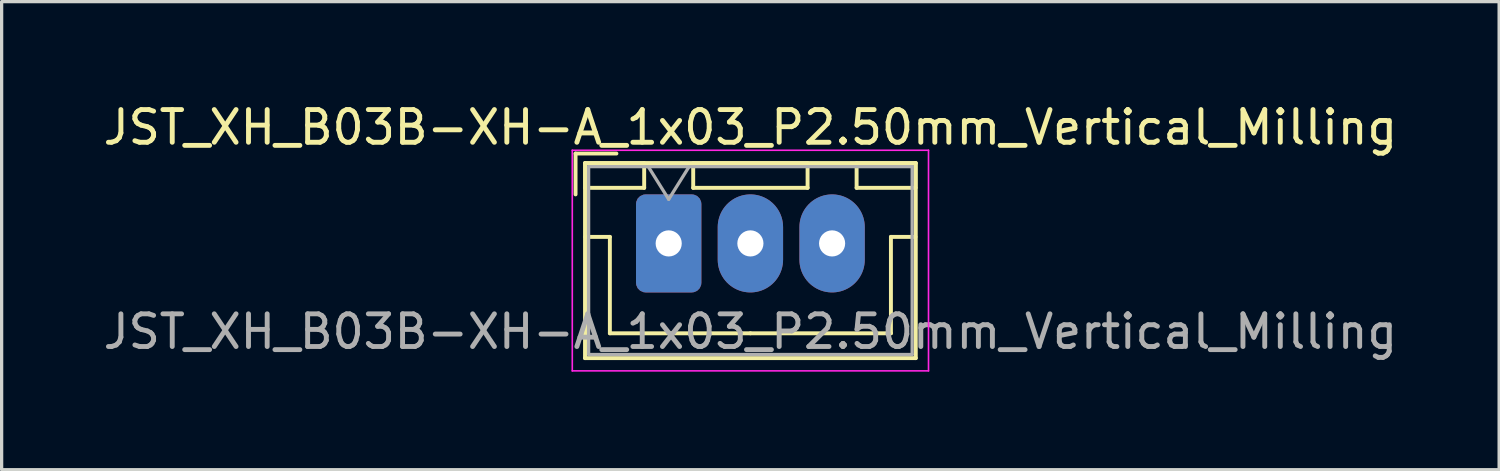
<source format=kicad_pcb>
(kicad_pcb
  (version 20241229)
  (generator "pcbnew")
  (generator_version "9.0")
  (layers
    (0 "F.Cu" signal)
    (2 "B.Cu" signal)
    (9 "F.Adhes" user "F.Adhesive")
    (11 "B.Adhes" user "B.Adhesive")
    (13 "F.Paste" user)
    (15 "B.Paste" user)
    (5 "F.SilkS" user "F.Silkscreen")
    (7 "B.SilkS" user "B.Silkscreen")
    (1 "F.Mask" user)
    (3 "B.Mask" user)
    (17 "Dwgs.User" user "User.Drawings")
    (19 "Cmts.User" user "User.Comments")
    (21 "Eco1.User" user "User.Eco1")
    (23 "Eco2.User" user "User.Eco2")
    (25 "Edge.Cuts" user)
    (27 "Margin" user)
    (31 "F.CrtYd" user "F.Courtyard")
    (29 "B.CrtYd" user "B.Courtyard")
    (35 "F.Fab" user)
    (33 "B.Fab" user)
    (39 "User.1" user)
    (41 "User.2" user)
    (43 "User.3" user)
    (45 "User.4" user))
  (footprint "JST_XH_B03B-XH-A_1x03_P2.50mm_Vertical_Milling"
    (layer "F.Cu")
    (at 17.411 4.398)
    (property "Reference" "JST_XH_B03B-XH-A_1x03_P2.50mm_Vertical_Milling" (at 2.5 -3.55 0) (layer "F.SilkS") (effects (font (size 1 1) (thickness 0.15))))
    (attr through_hole)
    (fp_line (start -2.85 -2.75) (end -2.85 -1.5) (stroke (width 0.12) (type solid)) (layer "F.SilkS"))
    (fp_line (start -2.56 -2.46) (end -2.56 3.51) (stroke (width 0.12) (type solid)) (layer "F.SilkS"))
    (fp_line (start -2.56 3.51) (end 7.56 3.51) (stroke (width 0.12) (type solid)) (layer "F.SilkS"))
    (fp_line (start -2.55 -2.45) (end -2.55 -1.7) (stroke (width 0.12) (type solid)) (layer "F.SilkS"))
    (fp_line (start -2.55 -1.7) (end -0.75 -1.7) (stroke (width 0.12) (type solid)) (layer "F.SilkS"))
    (fp_line (start -2.55 -0.2) (end -1.8 -0.2) (stroke (width 0.12) (type solid)) (layer "F.SilkS"))
    (fp_line (start -1.8 -0.2) (end -1.8 2.75) (stroke (width 0.12) (type solid)) (layer "F.SilkS"))
    (fp_line (start -1.8 2.75) (end 2.5 2.75) (stroke (width 0.12) (type solid)) (layer "F.SilkS"))
    (fp_line (start -1.6 -2.75) (end -2.85 -2.75) (stroke (width 0.12) (type solid)) (layer "F.SilkS"))
    (fp_line (start -0.75 -2.45) (end -2.55 -2.45) (stroke (width 0.12) (type solid)) (layer "F.SilkS"))
    (fp_line (start -0.75 -1.7) (end -0.75 -2.45) (stroke (width 0.12) (type solid)) (layer "F.SilkS"))
    (fp_line (start 0.75 -2.45) (end 0.75 -1.7) (stroke (width 0.12) (type solid)) (layer "F.SilkS"))
    (fp_line (start 0.75 -1.7) (end 4.25 -1.7) (stroke (width 0.12) (type solid)) (layer "F.SilkS"))
    (fp_line (start 4.25 -2.45) (end 0.75 -2.45) (stroke (width 0.12) (type solid)) (layer "F.SilkS"))
    (fp_line (start 4.25 -1.7) (end 4.25 -2.45) (stroke (width 0.12) (type solid)) (layer "F.SilkS"))
    (fp_line (start 5.75 -2.45) (end 5.75 -1.7) (stroke (width 0.12) (type solid)) (layer "F.SilkS"))
    (fp_line (start 5.75 -1.7) (end 7.55 -1.7) (stroke (width 0.12) (type solid)) (layer "F.SilkS"))
    (fp_line (start 6.8 -0.2) (end 6.8 2.75) (stroke (width 0.12) (type solid)) (layer "F.SilkS"))
    (fp_line (start 6.8 2.75) (end 2.5 2.75) (stroke (width 0.12) (type solid)) (layer "F.SilkS"))
    (fp_line (start 7.55 -2.45) (end 5.75 -2.45) (stroke (width 0.12) (type solid)) (layer "F.SilkS"))
    (fp_line (start 7.55 -1.7) (end 7.55 -2.45) (stroke (width 0.12) (type solid)) (layer "F.SilkS"))
    (fp_line (start 7.55 -0.2) (end 6.8 -0.2) (stroke (width 0.12) (type solid)) (layer "F.SilkS"))
    (fp_line (start 7.56 -2.46) (end -2.56 -2.46) (stroke (width 0.12) (type solid)) (layer "F.SilkS"))
    (fp_line (start 7.56 3.51) (end 7.56 -2.46) (stroke (width 0.12) (type solid)) (layer "F.SilkS"))
    (fp_line (start -2.95 -2.85) (end -2.95 3.9) (stroke (width 0.05) (type solid)) (layer "F.CrtYd"))
    (fp_line (start -2.95 3.9) (end 7.95 3.9) (stroke (width 0.05) (type solid)) (layer "F.CrtYd"))
    (fp_line (start 7.95 -2.85) (end -2.95 -2.85) (stroke (width 0.05) (type solid)) (layer "F.CrtYd"))
    (fp_line (start 7.95 3.9) (end 7.95 -2.85) (stroke (width 0.05) (type solid)) (layer "F.CrtYd"))
    (fp_line (start -2.45 -2.35) (end -2.45 3.4) (stroke (width 0.1) (type solid)) (layer "F.Fab"))
    (fp_line (start -2.45 3.4) (end 7.45 3.4) (stroke (width 0.1) (type solid)) (layer "F.Fab"))
    (fp_line (start -0.625 -2.35) (end 0 -1.35) (stroke (width 0.1) (type solid)) (layer "F.Fab"))
    (fp_line (start 0 -1.35) (end 0.625 -2.35) (stroke (width 0.1) (type solid)) (layer "F.Fab"))
    (fp_line (start 7.45 -2.35) (end -2.45 -2.35) (stroke (width 0.1) (type solid)) (layer "F.Fab"))
    (fp_line (start 7.45 3.4) (end 7.45 -2.35) (stroke (width 0.1) (type solid)) (layer "F.Fab"))
    (fp_text user "${REFERENCE}" (at 2.5 2.7 0) (layer "F.Fab") (effects (font (size 1 1) (thickness 0.15))))
    (pad "1" thru_hole roundrect (at 0 0) (size 2 3) (drill 0.8) (layers "*.Cu" "*.Mask") (roundrect_rratio 0.147))
    (pad "2" thru_hole oval (at 2.5 0) (size 2 3) (drill 0.8) (layers "*.Cu" "*.Mask"))
    (pad "3" thru_hole oval (at 5 0) (size 2 3) (drill 0.8) (layers "*.Cu" "*.Mask")))
  (gr_rect
    (start -3 -3)
    (end 42.821 11.323)
    (stroke (width 0.1) (type default))
    (fill no)
    (layer "Edge.Cuts")))
</source>
